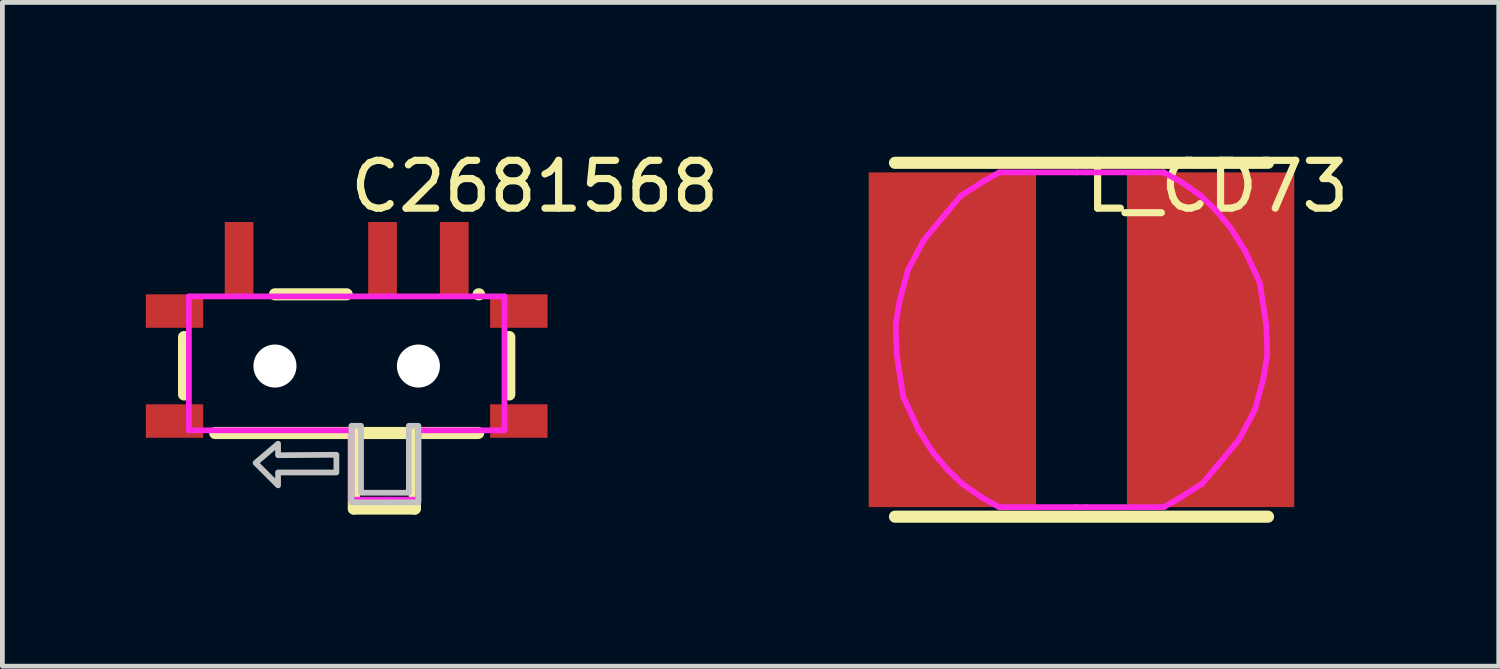
<source format=kicad_pcb>
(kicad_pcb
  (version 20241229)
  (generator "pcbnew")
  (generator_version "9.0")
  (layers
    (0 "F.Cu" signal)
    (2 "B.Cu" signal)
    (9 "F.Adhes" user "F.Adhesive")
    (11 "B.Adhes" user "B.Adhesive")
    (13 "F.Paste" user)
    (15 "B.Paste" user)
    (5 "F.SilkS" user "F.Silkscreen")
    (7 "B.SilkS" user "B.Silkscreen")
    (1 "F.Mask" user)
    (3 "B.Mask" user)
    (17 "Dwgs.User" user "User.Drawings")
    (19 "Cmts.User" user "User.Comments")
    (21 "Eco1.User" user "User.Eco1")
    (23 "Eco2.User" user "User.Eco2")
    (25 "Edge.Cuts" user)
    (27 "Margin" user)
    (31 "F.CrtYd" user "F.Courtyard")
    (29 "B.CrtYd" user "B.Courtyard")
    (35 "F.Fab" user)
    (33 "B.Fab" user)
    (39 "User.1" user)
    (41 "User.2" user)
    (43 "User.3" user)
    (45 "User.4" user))
  (footprint "L_CD73"
    (layer "F.Cu")
    (at 19.567 4.055)
    (property "Reference" "L_CD73" (at 0 -3.207 0) (layer "F.SilkS") (effects (font (size 1 1) (thickness 0.15)) (justify left)))
    (attr through_hole)
    (fp_line (start -3.9 -3.7) (end 3.9 -3.7) (stroke (width 0.254) (type solid)) (layer "F.SilkS"))
    (fp_line (start -3.9 3.7) (end 3.9 3.7) (stroke (width 0.254) (type solid)) (layer "F.SilkS"))
    (fp_circle (center -3.9 3.5) (end -3.87 3.5) (stroke (width 0.06) (type solid)) (fill no) (layer "Eco2.User"))
    (fp_poly (pts (xy -1 -3.5) (xy -1 3.5) (xy -1.72 3.5) (xy -2.1 3.29) (xy -2.49 3.015) (xy -2.795 2.725) (xy -3.11 2.35) (xy -3.415 1.87) (xy -3.73 1.185) (xy -3.865 0.305) (xy -3.885 -0.31) (xy -3.805 -0.805) (xy -3.63 -1.455) (xy -3.3 -2.08) (xy -2.84 -2.635) (xy -2.525 -3.01) (xy -1.995 -3.345) (xy -1.72 -3.5) (xy -1 -3.5)) (stroke (width 0.12) (type solid)) (fill no) (layer "Eco2.User"))
    (fp_poly (pts (xy 1 3.5) (xy 1 -3.5) (xy 1.72 -3.5) (xy 2.1 -3.29) (xy 2.49 -3.015) (xy 2.795 -2.725) (xy 3.11 -2.35) (xy 3.415 -1.87) (xy 3.73 -1.185) (xy 3.865 -0.305) (xy 3.885 0.31) (xy 3.805 0.805) (xy 3.63 1.455) (xy 3.3 2.08) (xy 2.84 2.635) (xy 2.525 3.01) (xy 1.995 3.345) (xy 1.72 3.5) (xy 1 3.5)) (stroke (width 0.12) (type solid)) (fill no) (layer "Eco2.User"))
    (fp_line (start -3.885 -0.31) (end -3.865 0.305) (stroke (width 0.12) (type solid)) (layer "F.CrtYd"))
    (fp_line (start -3.865 0.305) (end -3.73 1.185) (stroke (width 0.12) (type solid)) (layer "F.CrtYd"))
    (fp_line (start -3.805 -0.805) (end -3.885 -0.31) (stroke (width 0.12) (type solid)) (layer "F.CrtYd"))
    (fp_line (start -3.73 1.185) (end -3.415 1.87) (stroke (width 0.12) (type solid)) (layer "F.CrtYd"))
    (fp_line (start -3.63 -1.455) (end -3.805 -0.805) (stroke (width 0.12) (type solid)) (layer "F.CrtYd"))
    (fp_line (start -3.415 1.87) (end -3.11 2.35) (stroke (width 0.12) (type solid)) (layer "F.CrtYd"))
    (fp_line (start -3.3 -2.08) (end -3.63 -1.455) (stroke (width 0.12) (type solid)) (layer "F.CrtYd"))
    (fp_line (start -3.11 2.35) (end -2.795 2.725) (stroke (width 0.12) (type solid)) (layer "F.CrtYd"))
    (fp_line (start -2.84 -2.635) (end -3.3 -2.08) (stroke (width 0.12) (type solid)) (layer "F.CrtYd"))
    (fp_line (start -2.795 2.725) (end -2.49 3.015) (stroke (width 0.12) (type solid)) (layer "F.CrtYd"))
    (fp_line (start -2.525 -3.01) (end -2.84 -2.635) (stroke (width 0.12) (type solid)) (layer "F.CrtYd"))
    (fp_line (start -2.49 3.015) (end -2.27 3.17) (stroke (width 0.12) (type solid)) (layer "F.CrtYd"))
    (fp_line (start -2.27 3.17) (end -2.1 3.29) (stroke (width 0.12) (type solid)) (layer "F.CrtYd"))
    (fp_line (start -2.1 3.29) (end -1.72 3.5) (stroke (width 0.12) (type solid)) (layer "F.CrtYd"))
    (fp_line (start -1.995 -3.345) (end -2.525 -3.01) (stroke (width 0.12) (type solid)) (layer "F.CrtYd"))
    (fp_line (start -1.72 -3.5) (end -1.995 -3.345) (stroke (width 0.12) (type solid)) (layer "F.CrtYd"))
    (fp_line (start -1.72 3.5) (end -1.715 3.5) (stroke (width 0.12) (type solid)) (layer "F.CrtYd"))
    (fp_line (start -1.715 3.5) (end -1.36 3.5) (stroke (width 0.12) (type solid)) (layer "F.CrtYd"))
    (fp_line (start -1.36 3.5) (end -0.1 3.5) (stroke (width 0.12) (type solid)) (layer "F.CrtYd"))
    (fp_line (start -0.1 -3.5) (end -1.72 -3.5) (stroke (width 0.12) (type solid)) (layer "F.CrtYd"))
    (fp_line (start -0.1 3.5) (end 0.1 3.5) (stroke (width 0.12) (type solid)) (layer "F.CrtYd"))
    (fp_line (start 0.1 -3.5) (end -0.1 -3.5) (stroke (width 0.12) (type solid)) (layer "F.CrtYd"))
    (fp_line (start 0.1 3.5) (end 1.72 3.5) (stroke (width 0.12) (type solid)) (layer "F.CrtYd"))
    (fp_line (start 1.36 -3.5) (end 0.1 -3.5) (stroke (width 0.12) (type solid)) (layer "F.CrtYd"))
    (fp_line (start 1.715 -3.5) (end 1.36 -3.5) (stroke (width 0.12) (type solid)) (layer "F.CrtYd"))
    (fp_line (start 1.72 -3.5) (end 1.715 -3.5) (stroke (width 0.12) (type solid)) (layer "F.CrtYd"))
    (fp_line (start 1.72 3.5) (end 1.995 3.345) (stroke (width 0.12) (type solid)) (layer "F.CrtYd"))
    (fp_line (start 1.995 3.345) (end 2.525 3.01) (stroke (width 0.12) (type solid)) (layer "F.CrtYd"))
    (fp_line (start 2.1 -3.29) (end 1.72 -3.5) (stroke (width 0.12) (type solid)) (layer "F.CrtYd"))
    (fp_line (start 2.27 -3.17) (end 2.1 -3.29) (stroke (width 0.12) (type solid)) (layer "F.CrtYd"))
    (fp_line (start 2.49 -3.015) (end 2.27 -3.17) (stroke (width 0.12) (type solid)) (layer "F.CrtYd"))
    (fp_line (start 2.525 3.01) (end 2.84 2.635) (stroke (width 0.12) (type solid)) (layer "F.CrtYd"))
    (fp_line (start 2.795 -2.725) (end 2.49 -3.015) (stroke (width 0.12) (type solid)) (layer "F.CrtYd"))
    (fp_line (start 2.84 2.635) (end 3.3 2.08) (stroke (width 0.12) (type solid)) (layer "F.CrtYd"))
    (fp_line (start 3.11 -2.35) (end 2.795 -2.725) (stroke (width 0.12) (type solid)) (layer "F.CrtYd"))
    (fp_line (start 3.3 2.08) (end 3.63 1.455) (stroke (width 0.12) (type solid)) (layer "F.CrtYd"))
    (fp_line (start 3.415 -1.87) (end 3.11 -2.35) (stroke (width 0.12) (type solid)) (layer "F.CrtYd"))
    (fp_line (start 3.63 1.455) (end 3.805 0.805) (stroke (width 0.12) (type solid)) (layer "F.CrtYd"))
    (fp_line (start 3.73 -1.185) (end 3.415 -1.87) (stroke (width 0.12) (type solid)) (layer "F.CrtYd"))
    (fp_line (start 3.805 0.805) (end 3.885 0.31) (stroke (width 0.12) (type solid)) (layer "F.CrtYd"))
    (fp_line (start 3.865 -0.305) (end 3.73 -1.185) (stroke (width 0.12) (type solid)) (layer "F.CrtYd"))
    (fp_line (start 3.885 0.31) (end 3.865 -0.305) (stroke (width 0.12) (type solid)) (layer "F.CrtYd"))
    (pad "1" smd rect (at -2.7 0) (size 3.5 7) (layers "F.Cu" "F.Mask" "F.Paste"))
    (pad "2" smd rect (at 2.7 0) (size 3.5 7) (layers "F.Cu" "F.Mask" "F.Paste")))
  (footprint "C2681568"
    (layer "F.Cu")
    (at 4.2 4.055)
    (property "Reference" "C2681568" (at 0 -3.207 0) (layer "F.SilkS") (effects (font (size 1 1) (thickness 0.15)) (justify left)))
    (attr through_hole)
    (fp_line (start -3.4 -0.056) (end -3.4 1.144) (stroke (width 0.254) (type solid)) (layer "F.SilkS"))
    (fp_line (start -2.75 1.95) (end 2.75 1.95) (stroke (width 0.254) (type solid)) (layer "F.SilkS"))
    (fp_line (start -1.5 -0.95) (end 0 -0.95) (stroke (width 0.254) (type solid)) (layer "F.SilkS"))
    (fp_line (start 0.15 1.93) (end 0.15 3.53) (stroke (width 0.254) (type solid)) (layer "F.SilkS"))
    (fp_line (start 0.15 3.53) (end 1.425 3.53) (stroke (width 0.254) (type solid)) (layer "F.SilkS"))
    (fp_line (start 1.425 3.53) (end 1.425 1.93) (stroke (width 0.254) (type solid)) (layer "F.SilkS"))
    (fp_line (start 2.769 -0.95) (end 2.759 -0.95) (stroke (width 0.254) (type solid)) (layer "F.SilkS"))
    (fp_line (start 3.4 -0.056) (end 3.4 1.144) (stroke (width 0.254) (type solid)) (layer "F.SilkS"))
    (fp_circle (center -1.5 0.55) (end -1.31 0.55) (stroke (width 0.38) (type solid)) (fill no) (layer "Dwgs.User"))
    (fp_circle (center 1.5 0.55) (end 1.69 0.55) (stroke (width 0.38) (type solid)) (fill no) (layer "Dwgs.User"))
    (fp_poly (pts (xy -0.215 2.405) (xy -0.215 2.775) (xy -1.435 2.775) (xy -1.435 3.045) (xy -1.905 2.575) (xy -1.435 2.175) (xy -1.435 2.415)) (stroke (width 0.12) (type solid)) (fill no) (layer "Dwgs.User"))
    (fp_poly (pts (xy 0.1 1.95) (xy 0.1 3.4) (xy 1.5 3.4) (xy 1.5 1.8) (xy 1.3 1.8) (xy 1.3 3.2) (xy 0.3 3.2) (xy 0.3 1.8) (xy 0.1 1.8)) (stroke (width 0.12) (type solid)) (fill no) (layer "Dwgs.User"))
    (fp_circle (center -4 -1.856) (end -3.97 -1.856) (stroke (width 0.06) (type solid)) (fill no) (layer "Eco2.User"))
    (fp_poly (pts (xy -3.25 -0.375) (xy -4 -0.375) (xy -4 -0.825) (xy -3.25 -0.825)) (stroke (width 0.12) (type solid)) (fill no) (layer "Eco2.User"))
    (fp_poly (pts (xy -3.25 1.831) (xy -4 1.831) (xy -4 1.381) (xy -3.25 1.381)) (stroke (width 0.12) (type solid)) (fill no) (layer "Eco2.User"))
    (fp_poly (pts (xy -2.475 -0.856) (xy -2.475 -1.856) (xy -2.025 -1.856) (xy -2.025 -0.856)) (stroke (width 0.12) (type solid)) (fill no) (layer "Eco2.User"))
    (fp_poly (pts (xy 0.525 -0.856) (xy 0.525 -1.856) (xy 0.975 -1.856) (xy 0.975 -0.856)) (stroke (width 0.12) (type solid)) (fill no) (layer "Eco2.User"))
    (fp_poly (pts (xy 2.025 -0.856) (xy 2.025 -1.856) (xy 2.475 -1.856) (xy 2.475 -0.856)) (stroke (width 0.12) (type solid)) (fill no) (layer "Eco2.User"))
    (fp_poly (pts (xy 4 -0.375) (xy 3.25 -0.375) (xy 3.25 -0.825) (xy 4 -0.825)) (stroke (width 0.12) (type solid)) (fill no) (layer "Eco2.User"))
    (fp_poly (pts (xy 4 1.831) (xy 3.25 1.831) (xy 3.25 1.381) (xy 4 1.381)) (stroke (width 0.12) (type solid)) (fill no) (layer "Eco2.User"))
    (fp_line (start -3.3 -0.906) (end 3.3 -0.906) (stroke (width 0.12) (type solid)) (layer "F.CrtYd"))
    (fp_line (start -3.3 1.894) (end -3.3 -0.906) (stroke (width 0.12) (type solid)) (layer "F.CrtYd"))
    (fp_line (start 0.1 1.894) (end -3.3 1.894) (stroke (width 0.12) (type solid)) (layer "F.CrtYd"))
    (fp_line (start 0.1 3.344) (end 0.1 1.894) (stroke (width 0.12) (type solid)) (layer "F.CrtYd"))
    (fp_line (start 0.8 3.344) (end 0.1 3.344) (stroke (width 0.12) (type solid)) (layer "F.CrtYd"))
    (fp_line (start 1.5 1.894) (end 1.5 3.344) (stroke (width 0.12) (type solid)) (layer "F.CrtYd"))
    (fp_line (start 1.5 3.344) (end 0.8 3.344) (stroke (width 0.12) (type solid)) (layer "F.CrtYd"))
    (fp_line (start 3.3 -0.906) (end 3.3 1.894) (stroke (width 0.12) (type solid)) (layer "F.CrtYd"))
    (fp_line (start 3.3 1.894) (end 1.5 1.894) (stroke (width 0.12) (type solid)) (layer "F.CrtYd"))
    (pad "" np_thru_hole circle (at -1.5 0.55) (size 0.9 0.9) (drill 0.9) (layers "*.Cu" "*.Mask"))
    (pad "" np_thru_hole circle (at 1.5 0.55) (size 0.9 0.9) (drill 0.9) (layers "*.Cu" "*.Mask"))
    (pad "1" smd rect (at -2.25 -1.7 90) (size 1.524 0.6) (layers "F.Cu" "F.Mask" "F.Paste"))
    (pad "2" smd rect (at 0.75 -1.7 90) (size 1.524 0.6) (layers "F.Cu" "F.Mask" "F.Paste"))
    (pad "3" smd rect (at 2.25 -1.7 90) (size 1.524 0.6) (layers "F.Cu" "F.Mask" "F.Paste"))
    (pad "4" smd rect (at -3.6 -0.6 180) (size 1.2 0.7) (layers "F.Cu" "F.Mask" "F.Paste"))
    (pad "4" smd rect (at -3.6 1.7 180) (size 1.2 0.7) (layers "F.Cu" "F.Mask" "F.Paste"))
    (pad "4" smd rect (at 3.6 -0.6 180) (size 1.2 0.7) (layers "F.Cu" "F.Mask" "F.Paste"))
    (pad "4" smd rect (at 3.6 1.7 180) (size 1.2 0.7) (layers "F.Cu" "F.Mask" "F.Paste")))
  (gr_rect
    (start -3 -3)
    (end 28.293 10.882)
    (stroke (width 0.1) (type default))
    (fill no)
    (layer "Edge.Cuts")))
</source>
